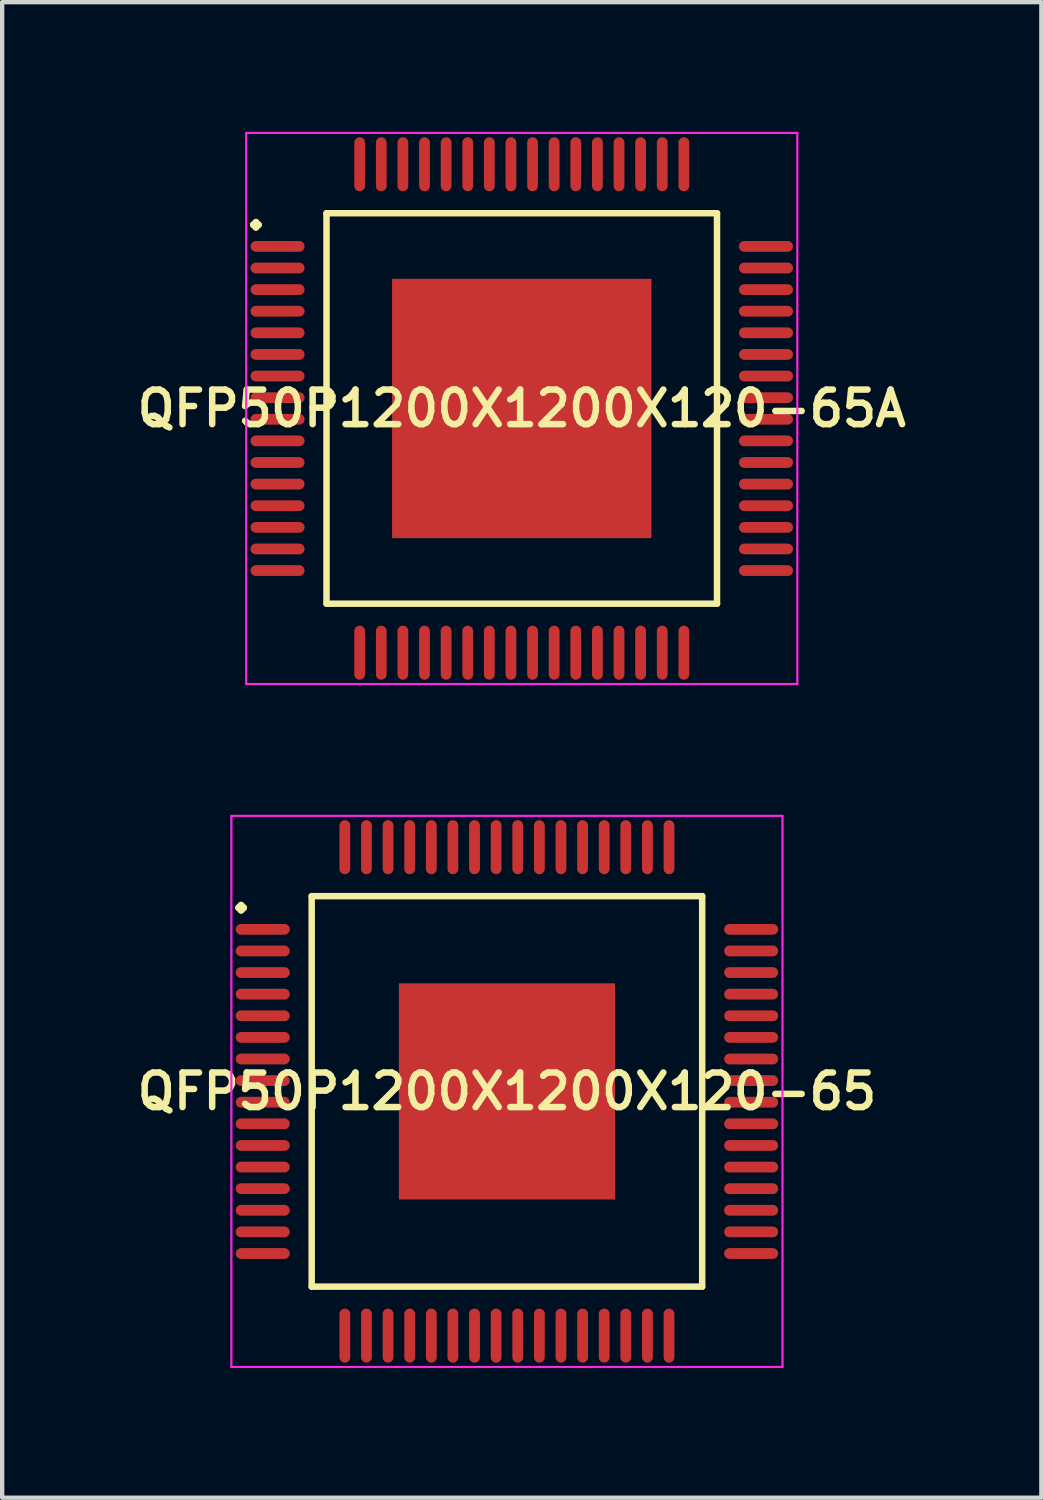
<source format=kicad_pcb>
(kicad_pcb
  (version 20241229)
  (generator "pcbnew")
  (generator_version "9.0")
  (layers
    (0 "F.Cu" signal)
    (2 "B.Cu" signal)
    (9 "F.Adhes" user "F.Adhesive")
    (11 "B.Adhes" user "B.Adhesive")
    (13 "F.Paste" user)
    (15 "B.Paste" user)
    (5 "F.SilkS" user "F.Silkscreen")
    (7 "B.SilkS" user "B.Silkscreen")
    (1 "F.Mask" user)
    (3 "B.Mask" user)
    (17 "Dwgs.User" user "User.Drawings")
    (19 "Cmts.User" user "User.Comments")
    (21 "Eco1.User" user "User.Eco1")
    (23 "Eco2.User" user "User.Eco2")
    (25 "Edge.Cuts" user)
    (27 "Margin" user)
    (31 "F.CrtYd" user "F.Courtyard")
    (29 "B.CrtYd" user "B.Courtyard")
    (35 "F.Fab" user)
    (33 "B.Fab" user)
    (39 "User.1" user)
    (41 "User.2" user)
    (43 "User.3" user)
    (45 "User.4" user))
  (footprint "QFP50P1200X1200X120-65A"
    (layer "F.Cu")
    (at 9.021 6.4)
    (property "Reference" "QFP50P1200X1200X120-65A" (at 0 0 0) (layer "F.SilkS") (effects (font (size 0.8 0.8) (thickness 0.15))))
    (attr smd)
    (fp_line (start -6.213 -4.25) (end -6.15 -4.312) (stroke (width 0.15) (type solid)) (layer "F.SilkS"))
    (fp_line (start -6.15 -4.312) (end -6.088 -4.25) (stroke (width 0.15) (type solid)) (layer "F.SilkS"))
    (fp_line (start -6.15 -4.188) (end -6.213 -4.25) (stroke (width 0.15) (type solid)) (layer "F.SilkS"))
    (fp_line (start -6.088 -4.25) (end -6.15 -4.188) (stroke (width 0.15) (type solid)) (layer "F.SilkS"))
    (fp_line (start -4.517 -4.517) (end -4.517 4.517) (stroke (width 0.15) (type solid)) (layer "F.SilkS"))
    (fp_line (start -4.517 4.517) (end 4.517 4.517) (stroke (width 0.15) (type solid)) (layer "F.SilkS"))
    (fp_line (start 4.517 -4.517) (end -4.517 -4.517) (stroke (width 0.15) (type solid)) (layer "F.SilkS"))
    (fp_line (start 4.517 4.517) (end 4.517 -4.517) (stroke (width 0.15) (type solid)) (layer "F.SilkS"))
    (fp_line (start -6.375 -6.375) (end 6.375 -6.375) (stroke (width 0.05) (type solid)) (layer "F.CrtYd"))
    (fp_line (start -6.375 6.375) (end -6.375 -6.375) (stroke (width 0.05) (type solid)) (layer "F.CrtYd"))
    (fp_line (start 6.375 -6.375) (end 6.375 6.375) (stroke (width 0.05) (type solid)) (layer "F.CrtYd"))
    (fp_line (start 6.375 6.375) (end -6.375 6.375) (stroke (width 0.05) (type solid)) (layer "F.CrtYd"))
    (pad "1" smd oval (at -5.65 -3.75) (size 1.25 0.25) (layers "F.Cu" "F.Mask" "F.Paste"))
    (pad "2" smd oval (at -5.65 -3.25) (size 1.25 0.25) (layers "F.Cu" "F.Mask" "F.Paste"))
    (pad "3" smd oval (at -5.65 -2.75) (size 1.25 0.25) (layers "F.Cu" "F.Mask" "F.Paste"))
    (pad "4" smd oval (at -5.65 -2.25) (size 1.25 0.25) (layers "F.Cu" "F.Mask" "F.Paste"))
    (pad "5" smd oval (at -5.65 -1.75) (size 1.25 0.25) (layers "F.Cu" "F.Mask" "F.Paste"))
    (pad "6" smd oval (at -5.65 -1.25) (size 1.25 0.25) (layers "F.Cu" "F.Mask" "F.Paste"))
    (pad "7" smd oval (at -5.65 -0.75) (size 1.25 0.25) (layers "F.Cu" "F.Mask" "F.Paste"))
    (pad "8" smd oval (at -5.65 -0.25) (size 1.25 0.25) (layers "F.Cu" "F.Mask" "F.Paste"))
    (pad "9" smd oval (at -5.65 0.25) (size 1.25 0.25) (layers "F.Cu" "F.Mask" "F.Paste"))
    (pad "10" smd oval (at -5.65 0.75) (size 1.25 0.25) (layers "F.Cu" "F.Mask" "F.Paste"))
    (pad "11" smd oval (at -5.65 1.25) (size 1.25 0.25) (layers "F.Cu" "F.Mask" "F.Paste"))
    (pad "12" smd oval (at -5.65 1.75) (size 1.25 0.25) (layers "F.Cu" "F.Mask" "F.Paste"))
    (pad "13" smd oval (at -5.65 2.25) (size 1.25 0.25) (layers "F.Cu" "F.Mask" "F.Paste"))
    (pad "14" smd oval (at -5.65 2.75) (size 1.25 0.25) (layers "F.Cu" "F.Mask" "F.Paste"))
    (pad "15" smd oval (at -5.65 3.25) (size 1.25 0.25) (layers "F.Cu" "F.Mask" "F.Paste"))
    (pad "16" smd oval (at -5.65 3.75) (size 1.25 0.25) (layers "F.Cu" "F.Mask" "F.Paste"))
    (pad "17" smd oval (at -3.75 5.65) (size 0.25 1.25) (layers "F.Cu" "F.Mask" "F.Paste"))
    (pad "18" smd oval (at -3.25 5.65) (size 0.25 1.25) (layers "F.Cu" "F.Mask" "F.Paste"))
    (pad "19" smd oval (at -2.75 5.65) (size 0.25 1.25) (layers "F.Cu" "F.Mask" "F.Paste"))
    (pad "20" smd oval (at -2.25 5.65) (size 0.25 1.25) (layers "F.Cu" "F.Mask" "F.Paste"))
    (pad "21" smd oval (at -1.75 5.65) (size 0.25 1.25) (layers "F.Cu" "F.Mask" "F.Paste"))
    (pad "22" smd oval (at -1.25 5.65) (size 0.25 1.25) (layers "F.Cu" "F.Mask" "F.Paste"))
    (pad "23" smd oval (at -0.75 5.65) (size 0.25 1.25) (layers "F.Cu" "F.Mask" "F.Paste"))
    (pad "24" smd oval (at -0.25 5.65) (size 0.25 1.25) (layers "F.Cu" "F.Mask" "F.Paste"))
    (pad "25" smd oval (at 0.25 5.65) (size 0.25 1.25) (layers "F.Cu" "F.Mask" "F.Paste"))
    (pad "26" smd oval (at 0.75 5.65) (size 0.25 1.25) (layers "F.Cu" "F.Mask" "F.Paste"))
    (pad "27" smd oval (at 1.25 5.65) (size 0.25 1.25) (layers "F.Cu" "F.Mask" "F.Paste"))
    (pad "28" smd oval (at 1.75 5.65) (size 0.25 1.25) (layers "F.Cu" "F.Mask" "F.Paste"))
    (pad "29" smd oval (at 2.25 5.65) (size 0.25 1.25) (layers "F.Cu" "F.Mask" "F.Paste"))
    (pad "30" smd oval (at 2.75 5.65) (size 0.25 1.25) (layers "F.Cu" "F.Mask" "F.Paste"))
    (pad "31" smd oval (at 3.25 5.65) (size 0.25 1.25) (layers "F.Cu" "F.Mask" "F.Paste"))
    (pad "32" smd oval (at 3.75 5.65) (size 0.25 1.25) (layers "F.Cu" "F.Mask" "F.Paste"))
    (pad "33" smd oval (at 5.65 3.75) (size 1.25 0.25) (layers "F.Cu" "F.Mask" "F.Paste"))
    (pad "34" smd oval (at 5.65 3.25) (size 1.25 0.25) (layers "F.Cu" "F.Mask" "F.Paste"))
    (pad "35" smd oval (at 5.65 2.75) (size 1.25 0.25) (layers "F.Cu" "F.Mask" "F.Paste"))
    (pad "36" smd oval (at 5.65 2.25) (size 1.25 0.25) (layers "F.Cu" "F.Mask" "F.Paste"))
    (pad "37" smd oval (at 5.65 1.75) (size 1.25 0.25) (layers "F.Cu" "F.Mask" "F.Paste"))
    (pad "38" smd oval (at 5.65 1.25) (size 1.25 0.25) (layers "F.Cu" "F.Mask" "F.Paste"))
    (pad "39" smd oval (at 5.65 0.75) (size 1.25 0.25) (layers "F.Cu" "F.Mask" "F.Paste"))
    (pad "40" smd oval (at 5.65 0.25) (size 1.25 0.25) (layers "F.Cu" "F.Mask" "F.Paste"))
    (pad "41" smd oval (at 5.65 -0.25) (size 1.25 0.25) (layers "F.Cu" "F.Mask" "F.Paste"))
    (pad "42" smd oval (at 5.65 -0.75) (size 1.25 0.25) (layers "F.Cu" "F.Mask" "F.Paste"))
    (pad "43" smd oval (at 5.65 -1.25) (size 1.25 0.25) (layers "F.Cu" "F.Mask" "F.Paste"))
    (pad "44" smd oval (at 5.65 -1.75) (size 1.25 0.25) (layers "F.Cu" "F.Mask" "F.Paste"))
    (pad "45" smd oval (at 5.65 -2.25) (size 1.25 0.25) (layers "F.Cu" "F.Mask" "F.Paste"))
    (pad "46" smd oval (at 5.65 -2.75) (size 1.25 0.25) (layers "F.Cu" "F.Mask" "F.Paste"))
    (pad "47" smd oval (at 5.65 -3.25) (size 1.25 0.25) (layers "F.Cu" "F.Mask" "F.Paste"))
    (pad "48" smd oval (at 5.65 -3.75) (size 1.25 0.25) (layers "F.Cu" "F.Mask" "F.Paste"))
    (pad "49" smd oval (at 3.75 -5.65) (size 0.25 1.25) (layers "F.Cu" "F.Mask" "F.Paste"))
    (pad "50" smd oval (at 3.25 -5.65) (size 0.25 1.25) (layers "F.Cu" "F.Mask" "F.Paste"))
    (pad "51" smd oval (at 2.75 -5.65) (size 0.25 1.25) (layers "F.Cu" "F.Mask" "F.Paste"))
    (pad "52" smd oval (at 2.25 -5.65) (size 0.25 1.25) (layers "F.Cu" "F.Mask" "F.Paste"))
    (pad "53" smd oval (at 1.75 -5.65) (size 0.25 1.25) (layers "F.Cu" "F.Mask" "F.Paste"))
    (pad "54" smd oval (at 1.25 -5.65) (size 0.25 1.25) (layers "F.Cu" "F.Mask" "F.Paste"))
    (pad "55" smd oval (at 0.75 -5.65) (size 0.25 1.25) (layers "F.Cu" "F.Mask" "F.Paste"))
    (pad "56" smd oval (at 0.25 -5.65) (size 0.25 1.25) (layers "F.Cu" "F.Mask" "F.Paste"))
    (pad "57" smd oval (at -0.25 -5.65) (size 0.25 1.25) (layers "F.Cu" "F.Mask" "F.Paste"))
    (pad "58" smd oval (at -0.75 -5.65) (size 0.25 1.25) (layers "F.Cu" "F.Mask" "F.Paste"))
    (pad "59" smd oval (at -1.25 -5.65) (size 0.25 1.25) (layers "F.Cu" "F.Mask" "F.Paste"))
    (pad "60" smd oval (at -1.75 -5.65) (size 0.25 1.25) (layers "F.Cu" "F.Mask" "F.Paste"))
    (pad "61" smd oval (at -2.25 -5.65) (size 0.25 1.25) (layers "F.Cu" "F.Mask" "F.Paste"))
    (pad "62" smd oval (at -2.75 -5.65) (size 0.25 1.25) (layers "F.Cu" "F.Mask" "F.Paste"))
    (pad "63" smd oval (at -3.25 -5.65) (size 0.25 1.25) (layers "F.Cu" "F.Mask" "F.Paste"))
    (pad "64" smd oval (at -3.75 -5.65) (size 0.25 1.25) (layers "F.Cu" "F.Mask" "F.Paste"))
    (pad "65" smd rect (at 0 0) (size 6 6) (layers "F.Cu" "F.Mask" "F.Paste")))
  (footprint "QFP50P1200X1200X120-65"
    (layer "F.Cu")
    (at 8.678 22.2)
    (property "Reference" "QFP50P1200X1200X120-65" (at 0 0 0) (layer "F.SilkS") (effects (font (size 0.8 0.8) (thickness 0.15))))
    (attr smd)
    (fp_line (start -6.213 -4.25) (end -6.15 -4.312) (stroke (width 0.15) (type solid)) (layer "F.SilkS"))
    (fp_line (start -6.15 -4.312) (end -6.088 -4.25) (stroke (width 0.15) (type solid)) (layer "F.SilkS"))
    (fp_line (start -6.15 -4.188) (end -6.213 -4.25) (stroke (width 0.15) (type solid)) (layer "F.SilkS"))
    (fp_line (start -6.088 -4.25) (end -6.15 -4.188) (stroke (width 0.15) (type solid)) (layer "F.SilkS"))
    (fp_line (start -4.517 -4.517) (end -4.517 4.517) (stroke (width 0.15) (type solid)) (layer "F.SilkS"))
    (fp_line (start -4.517 4.517) (end 4.517 4.517) (stroke (width 0.15) (type solid)) (layer "F.SilkS"))
    (fp_line (start 4.517 -4.517) (end -4.517 -4.517) (stroke (width 0.15) (type solid)) (layer "F.SilkS"))
    (fp_line (start 4.517 4.517) (end 4.517 -4.517) (stroke (width 0.15) (type solid)) (layer "F.SilkS"))
    (fp_line (start -6.375 -6.375) (end 6.375 -6.375) (stroke (width 0.05) (type solid)) (layer "F.CrtYd"))
    (fp_line (start -6.375 6.375) (end -6.375 -6.375) (stroke (width 0.05) (type solid)) (layer "F.CrtYd"))
    (fp_line (start 6.375 -6.375) (end 6.375 6.375) (stroke (width 0.05) (type solid)) (layer "F.CrtYd"))
    (fp_line (start 6.375 6.375) (end -6.375 6.375) (stroke (width 0.05) (type solid)) (layer "F.CrtYd"))
    (pad "1" smd oval (at -5.65 -3.75) (size 1.25 0.25) (layers "F.Cu" "F.Mask" "F.Paste"))
    (pad "2" smd oval (at -5.65 -3.25) (size 1.25 0.25) (layers "F.Cu" "F.Mask" "F.Paste"))
    (pad "3" smd oval (at -5.65 -2.75) (size 1.25 0.25) (layers "F.Cu" "F.Mask" "F.Paste"))
    (pad "4" smd oval (at -5.65 -2.25) (size 1.25 0.25) (layers "F.Cu" "F.Mask" "F.Paste"))
    (pad "5" smd oval (at -5.65 -1.75) (size 1.25 0.25) (layers "F.Cu" "F.Mask" "F.Paste"))
    (pad "6" smd oval (at -5.65 -1.25) (size 1.25 0.25) (layers "F.Cu" "F.Mask" "F.Paste"))
    (pad "7" smd oval (at -5.65 -0.75) (size 1.25 0.25) (layers "F.Cu" "F.Mask" "F.Paste"))
    (pad "8" smd oval (at -5.65 -0.25) (size 1.25 0.25) (layers "F.Cu" "F.Mask" "F.Paste"))
    (pad "9" smd oval (at -5.65 0.25) (size 1.25 0.25) (layers "F.Cu" "F.Mask" "F.Paste"))
    (pad "10" smd oval (at -5.65 0.75) (size 1.25 0.25) (layers "F.Cu" "F.Mask" "F.Paste"))
    (pad "11" smd oval (at -5.65 1.25) (size 1.25 0.25) (layers "F.Cu" "F.Mask" "F.Paste"))
    (pad "12" smd oval (at -5.65 1.75) (size 1.25 0.25) (layers "F.Cu" "F.Mask" "F.Paste"))
    (pad "13" smd oval (at -5.65 2.25) (size 1.25 0.25) (layers "F.Cu" "F.Mask" "F.Paste"))
    (pad "14" smd oval (at -5.65 2.75) (size 1.25 0.25) (layers "F.Cu" "F.Mask" "F.Paste"))
    (pad "15" smd oval (at -5.65 3.25) (size 1.25 0.25) (layers "F.Cu" "F.Mask" "F.Paste"))
    (pad "16" smd oval (at -5.65 3.75) (size 1.25 0.25) (layers "F.Cu" "F.Mask" "F.Paste"))
    (pad "17" smd oval (at -3.75 5.65) (size 0.25 1.25) (layers "F.Cu" "F.Mask" "F.Paste"))
    (pad "18" smd oval (at -3.25 5.65) (size 0.25 1.25) (layers "F.Cu" "F.Mask" "F.Paste"))
    (pad "19" smd oval (at -2.75 5.65) (size 0.25 1.25) (layers "F.Cu" "F.Mask" "F.Paste"))
    (pad "20" smd oval (at -2.25 5.65) (size 0.25 1.25) (layers "F.Cu" "F.Mask" "F.Paste"))
    (pad "21" smd oval (at -1.75 5.65) (size 0.25 1.25) (layers "F.Cu" "F.Mask" "F.Paste"))
    (pad "22" smd oval (at -1.25 5.65) (size 0.25 1.25) (layers "F.Cu" "F.Mask" "F.Paste"))
    (pad "23" smd oval (at -0.75 5.65) (size 0.25 1.25) (layers "F.Cu" "F.Mask" "F.Paste"))
    (pad "24" smd oval (at -0.25 5.65) (size 0.25 1.25) (layers "F.Cu" "F.Mask" "F.Paste"))
    (pad "25" smd oval (at 0.25 5.65) (size 0.25 1.25) (layers "F.Cu" "F.Mask" "F.Paste"))
    (pad "26" smd oval (at 0.75 5.65) (size 0.25 1.25) (layers "F.Cu" "F.Mask" "F.Paste"))
    (pad "27" smd oval (at 1.25 5.65) (size 0.25 1.25) (layers "F.Cu" "F.Mask" "F.Paste"))
    (pad "28" smd oval (at 1.75 5.65) (size 0.25 1.25) (layers "F.Cu" "F.Mask" "F.Paste"))
    (pad "29" smd oval (at 2.25 5.65) (size 0.25 1.25) (layers "F.Cu" "F.Mask" "F.Paste"))
    (pad "30" smd oval (at 2.75 5.65) (size 0.25 1.25) (layers "F.Cu" "F.Mask" "F.Paste"))
    (pad "31" smd oval (at 3.25 5.65) (size 0.25 1.25) (layers "F.Cu" "F.Mask" "F.Paste"))
    (pad "32" smd oval (at 3.75 5.65) (size 0.25 1.25) (layers "F.Cu" "F.Mask" "F.Paste"))
    (pad "33" smd oval (at 5.65 3.75) (size 1.25 0.25) (layers "F.Cu" "F.Mask" "F.Paste"))
    (pad "34" smd oval (at 5.65 3.25) (size 1.25 0.25) (layers "F.Cu" "F.Mask" "F.Paste"))
    (pad "35" smd oval (at 5.65 2.75) (size 1.25 0.25) (layers "F.Cu" "F.Mask" "F.Paste"))
    (pad "36" smd oval (at 5.65 2.25) (size 1.25 0.25) (layers "F.Cu" "F.Mask" "F.Paste"))
    (pad "37" smd oval (at 5.65 1.75) (size 1.25 0.25) (layers "F.Cu" "F.Mask" "F.Paste"))
    (pad "38" smd oval (at 5.65 1.25) (size 1.25 0.25) (layers "F.Cu" "F.Mask" "F.Paste"))
    (pad "39" smd oval (at 5.65 0.75) (size 1.25 0.25) (layers "F.Cu" "F.Mask" "F.Paste"))
    (pad "40" smd oval (at 5.65 0.25) (size 1.25 0.25) (layers "F.Cu" "F.Mask" "F.Paste"))
    (pad "41" smd oval (at 5.65 -0.25) (size 1.25 0.25) (layers "F.Cu" "F.Mask" "F.Paste"))
    (pad "42" smd oval (at 5.65 -0.75) (size 1.25 0.25) (layers "F.Cu" "F.Mask" "F.Paste"))
    (pad "43" smd oval (at 5.65 -1.25) (size 1.25 0.25) (layers "F.Cu" "F.Mask" "F.Paste"))
    (pad "44" smd oval (at 5.65 -1.75) (size 1.25 0.25) (layers "F.Cu" "F.Mask" "F.Paste"))
    (pad "45" smd oval (at 5.65 -2.25) (size 1.25 0.25) (layers "F.Cu" "F.Mask" "F.Paste"))
    (pad "46" smd oval (at 5.65 -2.75) (size 1.25 0.25) (layers "F.Cu" "F.Mask" "F.Paste"))
    (pad "47" smd oval (at 5.65 -3.25) (size 1.25 0.25) (layers "F.Cu" "F.Mask" "F.Paste"))
    (pad "48" smd oval (at 5.65 -3.75) (size 1.25 0.25) (layers "F.Cu" "F.Mask" "F.Paste"))
    (pad "49" smd oval (at 3.75 -5.65) (size 0.25 1.25) (layers "F.Cu" "F.Mask" "F.Paste"))
    (pad "50" smd oval (at 3.25 -5.65) (size 0.25 1.25) (layers "F.Cu" "F.Mask" "F.Paste"))
    (pad "51" smd oval (at 2.75 -5.65) (size 0.25 1.25) (layers "F.Cu" "F.Mask" "F.Paste"))
    (pad "52" smd oval (at 2.25 -5.65) (size 0.25 1.25) (layers "F.Cu" "F.Mask" "F.Paste"))
    (pad "53" smd oval (at 1.75 -5.65) (size 0.25 1.25) (layers "F.Cu" "F.Mask" "F.Paste"))
    (pad "54" smd oval (at 1.25 -5.65) (size 0.25 1.25) (layers "F.Cu" "F.Mask" "F.Paste"))
    (pad "55" smd oval (at 0.75 -5.65) (size 0.25 1.25) (layers "F.Cu" "F.Mask" "F.Paste"))
    (pad "56" smd oval (at 0.25 -5.65) (size 0.25 1.25) (layers "F.Cu" "F.Mask" "F.Paste"))
    (pad "57" smd oval (at -0.25 -5.65) (size 0.25 1.25) (layers "F.Cu" "F.Mask" "F.Paste"))
    (pad "58" smd oval (at -0.75 -5.65) (size 0.25 1.25) (layers "F.Cu" "F.Mask" "F.Paste"))
    (pad "59" smd oval (at -1.25 -5.65) (size 0.25 1.25) (layers "F.Cu" "F.Mask" "F.Paste"))
    (pad "60" smd oval (at -1.75 -5.65) (size 0.25 1.25) (layers "F.Cu" "F.Mask" "F.Paste"))
    (pad "61" smd oval (at -2.25 -5.65) (size 0.25 1.25) (layers "F.Cu" "F.Mask" "F.Paste"))
    (pad "62" smd oval (at -2.75 -5.65) (size 0.25 1.25) (layers "F.Cu" "F.Mask" "F.Paste"))
    (pad "63" smd oval (at -3.25 -5.65) (size 0.25 1.25) (layers "F.Cu" "F.Mask" "F.Paste"))
    (pad "64" smd oval (at -3.75 -5.65) (size 0.25 1.25) (layers "F.Cu" "F.Mask" "F.Paste"))
    (pad "65" smd rect (at 0 0) (size 5 5) (layers "F.Cu" "F.Mask" "F.Paste")))
  (gr_rect
    (start -3 -3)
    (end 21.042 31.6)
    (stroke (width 0.1) (type default))
    (fill no)
    (layer "Edge.Cuts")))
</source>
